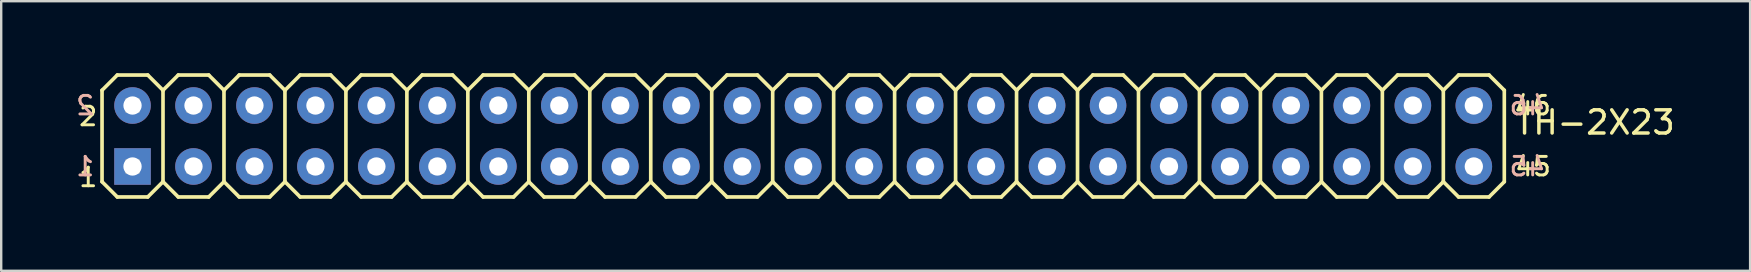
<source format=kicad_pcb>
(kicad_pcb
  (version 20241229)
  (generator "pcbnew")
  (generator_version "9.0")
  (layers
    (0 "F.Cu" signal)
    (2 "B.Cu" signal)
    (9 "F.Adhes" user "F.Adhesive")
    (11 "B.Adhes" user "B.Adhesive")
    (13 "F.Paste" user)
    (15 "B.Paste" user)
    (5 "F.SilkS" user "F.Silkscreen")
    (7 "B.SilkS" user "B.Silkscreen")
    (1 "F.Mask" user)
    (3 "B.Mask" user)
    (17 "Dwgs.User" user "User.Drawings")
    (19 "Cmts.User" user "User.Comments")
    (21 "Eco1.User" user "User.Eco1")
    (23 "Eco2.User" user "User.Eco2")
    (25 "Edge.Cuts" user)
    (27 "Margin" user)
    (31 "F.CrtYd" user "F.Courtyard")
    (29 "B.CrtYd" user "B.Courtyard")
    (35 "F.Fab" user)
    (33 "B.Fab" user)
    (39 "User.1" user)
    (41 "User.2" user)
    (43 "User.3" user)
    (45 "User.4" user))
  (footprint "TH-2X23"
    (layer "F.Cu")
    (at 30.411 2.616)
    (property "Reference" "TH-2X23" (at 29.591 0 0) (layer "F.SilkS") (effects (font (size 0.965 0.965) (thickness 0.145)) (justify left bottom)))
    (attr through_hole)
    (fp_line (start -29.21 -1.905) (end -28.575 -2.54) (stroke (width 0.152) (type solid)) (layer "F.SilkS"))
    (fp_line (start -29.21 1.905) (end -29.21 -1.905) (stroke (width 0.152) (type solid)) (layer "F.SilkS"))
    (fp_line (start -29.21 1.905) (end -28.575 2.54) (stroke (width 0.152) (type solid)) (layer "F.SilkS"))
    (fp_line (start -28.575 -2.54) (end -27.305 -2.54) (stroke (width 0.152) (type solid)) (layer "F.SilkS"))
    (fp_line (start -28.575 2.54) (end -27.305 2.54) (stroke (width 0.152) (type solid)) (layer "F.SilkS"))
    (fp_line (start -27.305 -2.54) (end -26.67 -1.905) (stroke (width 0.152) (type solid)) (layer "F.SilkS"))
    (fp_line (start -27.305 2.54) (end -26.67 1.905) (stroke (width 0.152) (type solid)) (layer "F.SilkS"))
    (fp_line (start -26.67 -1.905) (end -26.67 1.905) (stroke (width 0.152) (type solid)) (layer "F.SilkS"))
    (fp_line (start -26.67 -1.905) (end -26.035 -2.54) (stroke (width 0.152) (type solid)) (layer "F.SilkS"))
    (fp_line (start -26.67 1.905) (end -26.035 2.54) (stroke (width 0.152) (type solid)) (layer "F.SilkS"))
    (fp_line (start -26.035 -2.54) (end -24.765 -2.54) (stroke (width 0.152) (type solid)) (layer "F.SilkS"))
    (fp_line (start -26.035 2.54) (end -24.765 2.54) (stroke (width 0.152) (type solid)) (layer "F.SilkS"))
    (fp_line (start -24.765 -2.54) (end -24.13 -1.905) (stroke (width 0.152) (type solid)) (layer "F.SilkS"))
    (fp_line (start -24.765 2.54) (end -24.13 1.905) (stroke (width 0.152) (type solid)) (layer "F.SilkS"))
    (fp_line (start -24.13 -1.905) (end -24.13 1.905) (stroke (width 0.152) (type solid)) (layer "F.SilkS"))
    (fp_line (start -24.13 -1.905) (end -23.495 -2.54) (stroke (width 0.152) (type solid)) (layer "F.SilkS"))
    (fp_line (start -24.13 1.905) (end -23.495 2.54) (stroke (width 0.152) (type solid)) (layer "F.SilkS"))
    (fp_line (start -23.495 -2.54) (end -22.225 -2.54) (stroke (width 0.152) (type solid)) (layer "F.SilkS"))
    (fp_line (start -23.495 2.54) (end -22.225 2.54) (stroke (width 0.152) (type solid)) (layer "F.SilkS"))
    (fp_line (start -22.225 -2.54) (end -21.59 -1.905) (stroke (width 0.152) (type solid)) (layer "F.SilkS"))
    (fp_line (start -22.225 2.54) (end -21.59 1.905) (stroke (width 0.152) (type solid)) (layer "F.SilkS"))
    (fp_line (start -21.59 -1.905) (end -21.59 1.905) (stroke (width 0.152) (type solid)) (layer "F.SilkS"))
    (fp_line (start -21.59 -1.905) (end -20.955 -2.54) (stroke (width 0.152) (type solid)) (layer "F.SilkS"))
    (fp_line (start -21.59 1.905) (end -20.955 2.54) (stroke (width 0.152) (type solid)) (layer "F.SilkS"))
    (fp_line (start -20.955 -2.54) (end -19.685 -2.54) (stroke (width 0.152) (type solid)) (layer "F.SilkS"))
    (fp_line (start -20.955 2.54) (end -19.685 2.54) (stroke (width 0.152) (type solid)) (layer "F.SilkS"))
    (fp_line (start -19.685 -2.54) (end -19.05 -1.905) (stroke (width 0.152) (type solid)) (layer "F.SilkS"))
    (fp_line (start -19.685 2.54) (end -19.05 1.905) (stroke (width 0.152) (type solid)) (layer "F.SilkS"))
    (fp_line (start -19.05 -1.905) (end -19.05 1.905) (stroke (width 0.152) (type solid)) (layer "F.SilkS"))
    (fp_line (start -19.05 -1.905) (end -18.415 -2.54) (stroke (width 0.152) (type solid)) (layer "F.SilkS"))
    (fp_line (start -19.05 1.905) (end -18.415 2.54) (stroke (width 0.152) (type solid)) (layer "F.SilkS"))
    (fp_line (start -18.415 -2.54) (end -17.145 -2.54) (stroke (width 0.152) (type solid)) (layer "F.SilkS"))
    (fp_line (start -18.415 2.54) (end -17.145 2.54) (stroke (width 0.152) (type solid)) (layer "F.SilkS"))
    (fp_line (start -17.145 -2.54) (end -16.51 -1.905) (stroke (width 0.152) (type solid)) (layer "F.SilkS"))
    (fp_line (start -17.145 2.54) (end -16.51 1.905) (stroke (width 0.152) (type solid)) (layer "F.SilkS"))
    (fp_line (start -16.51 -1.905) (end -16.51 1.905) (stroke (width 0.152) (type solid)) (layer "F.SilkS"))
    (fp_line (start -16.51 -1.905) (end -15.875 -2.54) (stroke (width 0.152) (type solid)) (layer "F.SilkS"))
    (fp_line (start -16.51 1.905) (end -15.875 2.54) (stroke (width 0.152) (type solid)) (layer "F.SilkS"))
    (fp_line (start -15.875 -2.54) (end -14.605 -2.54) (stroke (width 0.152) (type solid)) (layer "F.SilkS"))
    (fp_line (start -15.875 2.54) (end -14.605 2.54) (stroke (width 0.152) (type solid)) (layer "F.SilkS"))
    (fp_line (start -14.605 -2.54) (end -13.97 -1.905) (stroke (width 0.152) (type solid)) (layer "F.SilkS"))
    (fp_line (start -14.605 2.54) (end -13.97 1.905) (stroke (width 0.152) (type solid)) (layer "F.SilkS"))
    (fp_line (start -13.97 -1.905) (end -13.97 1.905) (stroke (width 0.152) (type solid)) (layer "F.SilkS"))
    (fp_line (start -13.97 -1.905) (end -13.335 -2.54) (stroke (width 0.152) (type solid)) (layer "F.SilkS"))
    (fp_line (start -13.97 1.905) (end -13.335 2.54) (stroke (width 0.152) (type solid)) (layer "F.SilkS"))
    (fp_line (start -13.335 -2.54) (end -12.065 -2.54) (stroke (width 0.152) (type solid)) (layer "F.SilkS"))
    (fp_line (start -12.065 -2.54) (end -11.43 -1.905) (stroke (width 0.152) (type solid)) (layer "F.SilkS"))
    (fp_line (start -12.065 2.54) (end -13.335 2.54) (stroke (width 0.152) (type solid)) (layer "F.SilkS"))
    (fp_line (start -11.43 -1.905) (end -11.43 1.905) (stroke (width 0.152) (type solid)) (layer "F.SilkS"))
    (fp_line (start -11.43 -1.905) (end -10.795 -2.54) (stroke (width 0.152) (type solid)) (layer "F.SilkS"))
    (fp_line (start -11.43 1.905) (end -12.065 2.54) (stroke (width 0.152) (type solid)) (layer "F.SilkS"))
    (fp_line (start -11.43 1.905) (end -10.795 2.54) (stroke (width 0.152) (type solid)) (layer "F.SilkS"))
    (fp_line (start -10.795 -2.54) (end -9.525 -2.54) (stroke (width 0.152) (type solid)) (layer "F.SilkS"))
    (fp_line (start -9.525 -2.54) (end -8.89 -1.905) (stroke (width 0.152) (type solid)) (layer "F.SilkS"))
    (fp_line (start -9.525 2.54) (end -10.795 2.54) (stroke (width 0.152) (type solid)) (layer "F.SilkS"))
    (fp_line (start -8.89 -1.905) (end -8.89 1.905) (stroke (width 0.152) (type solid)) (layer "F.SilkS"))
    (fp_line (start -8.89 -1.905) (end -8.255 -2.54) (stroke (width 0.152) (type solid)) (layer "F.SilkS"))
    (fp_line (start -8.89 1.905) (end -9.525 2.54) (stroke (width 0.152) (type solid)) (layer "F.SilkS"))
    (fp_line (start -8.89 1.905) (end -8.255 2.54) (stroke (width 0.152) (type solid)) (layer "F.SilkS"))
    (fp_line (start -8.255 -2.54) (end -6.985 -2.54) (stroke (width 0.152) (type solid)) (layer "F.SilkS"))
    (fp_line (start -6.985 -2.54) (end -6.35 -1.905) (stroke (width 0.152) (type solid)) (layer "F.SilkS"))
    (fp_line (start -6.985 2.54) (end -8.255 2.54) (stroke (width 0.152) (type solid)) (layer "F.SilkS"))
    (fp_line (start -6.35 -1.905) (end -6.35 1.905) (stroke (width 0.152) (type solid)) (layer "F.SilkS"))
    (fp_line (start -6.35 -1.905) (end -5.715 -2.54) (stroke (width 0.152) (type solid)) (layer "F.SilkS"))
    (fp_line (start -6.35 1.905) (end -6.985 2.54) (stroke (width 0.152) (type solid)) (layer "F.SilkS"))
    (fp_line (start -6.35 1.905) (end -5.715 2.54) (stroke (width 0.152) (type solid)) (layer "F.SilkS"))
    (fp_line (start -5.715 -2.54) (end -4.445 -2.54) (stroke (width 0.152) (type solid)) (layer "F.SilkS"))
    (fp_line (start -4.445 -2.54) (end -3.81 -1.905) (stroke (width 0.152) (type solid)) (layer "F.SilkS"))
    (fp_line (start -4.445 2.54) (end -5.715 2.54) (stroke (width 0.152) (type solid)) (layer "F.SilkS"))
    (fp_line (start -3.81 -1.905) (end -3.81 1.905) (stroke (width 0.152) (type solid)) (layer "F.SilkS"))
    (fp_line (start -3.81 -1.905) (end -3.175 -2.54) (stroke (width 0.152) (type solid)) (layer "F.SilkS"))
    (fp_line (start -3.81 1.905) (end -4.445 2.54) (stroke (width 0.152) (type solid)) (layer "F.SilkS"))
    (fp_line (start -3.81 1.905) (end -3.175 2.54) (stroke (width 0.152) (type solid)) (layer "F.SilkS"))
    (fp_line (start -3.175 -2.54) (end -1.905 -2.54) (stroke (width 0.152) (type solid)) (layer "F.SilkS"))
    (fp_line (start -1.905 -2.54) (end -1.27 -1.905) (stroke (width 0.152) (type solid)) (layer "F.SilkS"))
    (fp_line (start -1.905 2.54) (end -3.175 2.54) (stroke (width 0.152) (type solid)) (layer "F.SilkS"))
    (fp_line (start -1.27 -1.905) (end -1.27 1.905) (stroke (width 0.152) (type solid)) (layer "F.SilkS"))
    (fp_line (start -1.27 -1.905) (end -0.635 -2.54) (stroke (width 0.152) (type solid)) (layer "F.SilkS"))
    (fp_line (start -1.27 1.905) (end -1.905 2.54) (stroke (width 0.152) (type solid)) (layer "F.SilkS"))
    (fp_line (start -1.27 1.905) (end -0.635 2.54) (stroke (width 0.152) (type solid)) (layer "F.SilkS"))
    (fp_line (start -0.635 -2.54) (end 0.635 -2.54) (stroke (width 0.152) (type solid)) (layer "F.SilkS"))
    (fp_line (start 0.635 2.54) (end -0.635 2.54) (stroke (width 0.152) (type solid)) (layer "F.SilkS"))
    (fp_line (start 1.27 -1.905) (end 0.635 -2.54) (stroke (width 0.152) (type solid)) (layer "F.SilkS"))
    (fp_line (start 1.27 -1.905) (end 1.27 1.905) (stroke (width 0.152) (type solid)) (layer "F.SilkS"))
    (fp_line (start 1.27 -1.905) (end 1.905 -2.54) (stroke (width 0.152) (type solid)) (layer "F.SilkS"))
    (fp_line (start 1.27 1.905) (end 0.635 2.54) (stroke (width 0.152) (type solid)) (layer "F.SilkS"))
    (fp_line (start 1.27 1.905) (end 1.905 2.54) (stroke (width 0.152) (type solid)) (layer "F.SilkS"))
    (fp_line (start 3.175 -2.54) (end 1.905 -2.54) (stroke (width 0.152) (type solid)) (layer "F.SilkS"))
    (fp_line (start 3.175 -2.54) (end 3.81 -1.905) (stroke (width 0.152) (type solid)) (layer "F.SilkS"))
    (fp_line (start 3.175 2.54) (end 1.905 2.54) (stroke (width 0.152) (type solid)) (layer "F.SilkS"))
    (fp_line (start 3.81 -1.905) (end 3.81 1.905) (stroke (width 0.152) (type solid)) (layer "F.SilkS"))
    (fp_line (start 3.81 -1.905) (end 4.445 -2.54) (stroke (width 0.152) (type solid)) (layer "F.SilkS"))
    (fp_line (start 3.81 1.905) (end 3.175 2.54) (stroke (width 0.152) (type solid)) (layer "F.SilkS"))
    (fp_line (start 3.81 1.905) (end 4.445 2.54) (stroke (width 0.152) (type solid)) (layer "F.SilkS"))
    (fp_line (start 5.715 -2.54) (end 4.445 -2.54) (stroke (width 0.152) (type solid)) (layer "F.SilkS"))
    (fp_line (start 5.715 -2.54) (end 6.35 -1.905) (stroke (width 0.152) (type solid)) (layer "F.SilkS"))
    (fp_line (start 5.715 2.54) (end 4.445 2.54) (stroke (width 0.152) (type solid)) (layer "F.SilkS"))
    (fp_line (start 6.35 -1.905) (end 6.35 1.905) (stroke (width 0.152) (type solid)) (layer "F.SilkS"))
    (fp_line (start 6.35 -1.905) (end 6.985 -2.54) (stroke (width 0.152) (type solid)) (layer "F.SilkS"))
    (fp_line (start 6.35 1.905) (end 5.715 2.54) (stroke (width 0.152) (type solid)) (layer "F.SilkS"))
    (fp_line (start 6.985 2.54) (end 6.35 1.905) (stroke (width 0.152) (type solid)) (layer "F.SilkS"))
    (fp_line (start 6.985 2.54) (end 8.255 2.54) (stroke (width 0.152) (type solid)) (layer "F.SilkS"))
    (fp_line (start 8.255 -2.54) (end 6.985 -2.54) (stroke (width 0.152) (type solid)) (layer "F.SilkS"))
    (fp_line (start 8.255 -2.54) (end 8.89 -1.905) (stroke (width 0.152) (type solid)) (layer "F.SilkS"))
    (fp_line (start 8.89 -1.905) (end 8.89 1.905) (stroke (width 0.152) (type solid)) (layer "F.SilkS"))
    (fp_line (start 8.89 -1.905) (end 9.525 -2.54) (stroke (width 0.152) (type solid)) (layer "F.SilkS"))
    (fp_line (start 8.89 1.905) (end 8.255 2.54) (stroke (width 0.152) (type solid)) (layer "F.SilkS"))
    (fp_line (start 9.525 2.54) (end 8.89 1.905) (stroke (width 0.152) (type solid)) (layer "F.SilkS"))
    (fp_line (start 9.525 2.54) (end 10.795 2.54) (stroke (width 0.152) (type solid)) (layer "F.SilkS"))
    (fp_line (start 10.795 -2.54) (end 9.525 -2.54) (stroke (width 0.152) (type solid)) (layer "F.SilkS"))
    (fp_line (start 10.795 -2.54) (end 11.43 -1.905) (stroke (width 0.152) (type solid)) (layer "F.SilkS"))
    (fp_line (start 11.43 -1.905) (end 11.43 1.905) (stroke (width 0.152) (type solid)) (layer "F.SilkS"))
    (fp_line (start 11.43 -1.905) (end 12.065 -2.54) (stroke (width 0.152) (type solid)) (layer "F.SilkS"))
    (fp_line (start 11.43 1.905) (end 10.795 2.54) (stroke (width 0.152) (type solid)) (layer "F.SilkS"))
    (fp_line (start 11.43 1.905) (end 12.065 2.54) (stroke (width 0.152) (type solid)) (layer "F.SilkS"))
    (fp_line (start 13.335 -2.54) (end 12.065 -2.54) (stroke (width 0.152) (type solid)) (layer "F.SilkS"))
    (fp_line (start 13.335 -2.54) (end 13.97 -1.905) (stroke (width 0.152) (type solid)) (layer "F.SilkS"))
    (fp_line (start 13.335 2.54) (end 12.065 2.54) (stroke (width 0.152) (type solid)) (layer "F.SilkS"))
    (fp_line (start 13.97 -1.905) (end 13.97 1.905) (stroke (width 0.152) (type solid)) (layer "F.SilkS"))
    (fp_line (start 13.97 -1.905) (end 14.605 -2.54) (stroke (width 0.152) (type solid)) (layer "F.SilkS"))
    (fp_line (start 13.97 1.905) (end 13.335 2.54) (stroke (width 0.152) (type solid)) (layer "F.SilkS"))
    (fp_line (start 13.97 1.905) (end 14.605 2.54) (stroke (width 0.152) (type solid)) (layer "F.SilkS"))
    (fp_line (start 15.875 -2.54) (end 14.605 -2.54) (stroke (width 0.152) (type solid)) (layer "F.SilkS"))
    (fp_line (start 15.875 -2.54) (end 16.51 -1.905) (stroke (width 0.152) (type solid)) (layer "F.SilkS"))
    (fp_line (start 15.875 2.54) (end 14.605 2.54) (stroke (width 0.152) (type solid)) (layer "F.SilkS"))
    (fp_line (start 16.51 -1.905) (end 16.51 1.905) (stroke (width 0.152) (type solid)) (layer "F.SilkS"))
    (fp_line (start 16.51 -1.905) (end 17.145 -2.54) (stroke (width 0.152) (type solid)) (layer "F.SilkS"))
    (fp_line (start 16.51 1.905) (end 15.875 2.54) (stroke (width 0.152) (type solid)) (layer "F.SilkS"))
    (fp_line (start 16.51 1.905) (end 17.145 2.54) (stroke (width 0.152) (type solid)) (layer "F.SilkS"))
    (fp_line (start 18.415 -2.54) (end 17.145 -2.54) (stroke (width 0.152) (type solid)) (layer "F.SilkS"))
    (fp_line (start 18.415 -2.54) (end 19.05 -1.905) (stroke (width 0.152) (type solid)) (layer "F.SilkS"))
    (fp_line (start 18.415 2.54) (end 17.145 2.54) (stroke (width 0.152) (type solid)) (layer "F.SilkS"))
    (fp_line (start 19.05 -1.905) (end 19.05 1.905) (stroke (width 0.152) (type solid)) (layer "F.SilkS"))
    (fp_line (start 19.05 -1.905) (end 19.685 -2.54) (stroke (width 0.152) (type solid)) (layer "F.SilkS"))
    (fp_line (start 19.05 1.905) (end 18.415 2.54) (stroke (width 0.152) (type solid)) (layer "F.SilkS"))
    (fp_line (start 19.05 1.905) (end 19.685 2.54) (stroke (width 0.152) (type solid)) (layer "F.SilkS"))
    (fp_line (start 20.955 -2.54) (end 19.685 -2.54) (stroke (width 0.152) (type solid)) (layer "F.SilkS"))
    (fp_line (start 20.955 -2.54) (end 21.59 -1.905) (stroke (width 0.152) (type solid)) (layer "F.SilkS"))
    (fp_line (start 20.955 2.54) (end 19.685 2.54) (stroke (width 0.152) (type solid)) (layer "F.SilkS"))
    (fp_line (start 21.59 -1.905) (end 21.59 1.905) (stroke (width 0.152) (type solid)) (layer "F.SilkS"))
    (fp_line (start 21.59 -1.905) (end 22.225 -2.54) (stroke (width 0.152) (type solid)) (layer "F.SilkS"))
    (fp_line (start 21.59 1.905) (end 20.955 2.54) (stroke (width 0.152) (type solid)) (layer "F.SilkS"))
    (fp_line (start 21.59 1.905) (end 22.225 2.54) (stroke (width 0.152) (type solid)) (layer "F.SilkS"))
    (fp_line (start 23.495 -2.54) (end 22.225 -2.54) (stroke (width 0.152) (type solid)) (layer "F.SilkS"))
    (fp_line (start 23.495 -2.54) (end 24.13 -1.905) (stroke (width 0.152) (type solid)) (layer "F.SilkS"))
    (fp_line (start 23.495 2.54) (end 22.225 2.54) (stroke (width 0.152) (type solid)) (layer "F.SilkS"))
    (fp_line (start 24.13 -1.905) (end 24.13 1.905) (stroke (width 0.152) (type solid)) (layer "F.SilkS"))
    (fp_line (start 24.13 -1.905) (end 24.765 -2.54) (stroke (width 0.152) (type solid)) (layer "F.SilkS"))
    (fp_line (start 24.13 1.905) (end 23.495 2.54) (stroke (width 0.152) (type solid)) (layer "F.SilkS"))
    (fp_line (start 24.13 1.905) (end 24.765 2.54) (stroke (width 0.152) (type solid)) (layer "F.SilkS"))
    (fp_line (start 26.035 -2.54) (end 24.765 -2.54) (stroke (width 0.152) (type solid)) (layer "F.SilkS"))
    (fp_line (start 26.035 -2.54) (end 26.67 -1.905) (stroke (width 0.152) (type solid)) (layer "F.SilkS"))
    (fp_line (start 26.035 2.54) (end 24.765 2.54) (stroke (width 0.152) (type solid)) (layer "F.SilkS"))
    (fp_line (start 26.67 -1.905) (end 26.67 1.905) (stroke (width 0.152) (type solid)) (layer "F.SilkS"))
    (fp_line (start 26.67 -1.905) (end 27.305 -2.54) (stroke (width 0.152) (type solid)) (layer "F.SilkS"))
    (fp_line (start 26.67 1.905) (end 26.035 2.54) (stroke (width 0.152) (type solid)) (layer "F.SilkS"))
    (fp_line (start 26.67 1.905) (end 27.305 2.54) (stroke (width 0.152) (type solid)) (layer "F.SilkS"))
    (fp_line (start 28.575 -2.54) (end 27.305 -2.54) (stroke (width 0.152) (type solid)) (layer "F.SilkS"))
    (fp_line (start 28.575 -2.54) (end 29.21 -1.905) (stroke (width 0.152) (type solid)) (layer "F.SilkS"))
    (fp_line (start 28.575 2.54) (end 27.305 2.54) (stroke (width 0.152) (type solid)) (layer "F.SilkS"))
    (fp_line (start 29.21 -1.905) (end 29.21 1.905) (stroke (width 0.152) (type solid)) (layer "F.SilkS"))
    (fp_line (start 29.21 1.905) (end 28.575 2.54) (stroke (width 0.152) (type solid)) (layer "F.SilkS"))
    (fp_poly (pts (xy -28.194 -1.016) (xy -27.686 -1.016) (xy -27.686 -1.524) (xy -28.194 -1.524)) (stroke (width 0.1) (type solid)) (fill no) (layer "F.Fab"))
    (fp_poly (pts (xy -28.194 1.524) (xy -27.686 1.524) (xy -27.686 1.016) (xy -28.194 1.016)) (stroke (width 0.1) (type solid)) (fill no) (layer "F.Fab"))
    (fp_poly (pts (xy -25.654 -1.016) (xy -25.146 -1.016) (xy -25.146 -1.524) (xy -25.654 -1.524)) (stroke (width 0.1) (type solid)) (fill no) (layer "F.Fab"))
    (fp_poly (pts (xy -25.654 1.524) (xy -25.146 1.524) (xy -25.146 1.016) (xy -25.654 1.016)) (stroke (width 0.1) (type solid)) (fill no) (layer "F.Fab"))
    (fp_poly (pts (xy -23.114 -1.016) (xy -22.606 -1.016) (xy -22.606 -1.524) (xy -23.114 -1.524)) (stroke (width 0.1) (type solid)) (fill no) (layer "F.Fab"))
    (fp_poly (pts (xy -23.114 1.524) (xy -22.606 1.524) (xy -22.606 1.016) (xy -23.114 1.016)) (stroke (width 0.1) (type solid)) (fill no) (layer "F.Fab"))
    (fp_poly (pts (xy -20.574 -1.016) (xy -20.066 -1.016) (xy -20.066 -1.524) (xy -20.574 -1.524)) (stroke (width 0.1) (type solid)) (fill no) (layer "F.Fab"))
    (fp_poly (pts (xy -20.574 1.524) (xy -20.066 1.524) (xy -20.066 1.016) (xy -20.574 1.016)) (stroke (width 0.1) (type solid)) (fill no) (layer "F.Fab"))
    (fp_poly (pts (xy -18.034 -1.016) (xy -17.526 -1.016) (xy -17.526 -1.524) (xy -18.034 -1.524)) (stroke (width 0.1) (type solid)) (fill no) (layer "F.Fab"))
    (fp_poly (pts (xy -18.034 1.524) (xy -17.526 1.524) (xy -17.526 1.016) (xy -18.034 1.016)) (stroke (width 0.1) (type solid)) (fill no) (layer "F.Fab"))
    (fp_poly (pts (xy -15.494 -1.016) (xy -14.986 -1.016) (xy -14.986 -1.524) (xy -15.494 -1.524)) (stroke (width 0.1) (type solid)) (fill no) (layer "F.Fab"))
    (fp_poly (pts (xy -15.494 1.524) (xy -14.986 1.524) (xy -14.986 1.016) (xy -15.494 1.016)) (stroke (width 0.1) (type solid)) (fill no) (layer "F.Fab"))
    (fp_poly (pts (xy -12.954 -1.016) (xy -12.446 -1.016) (xy -12.446 -1.524) (xy -12.954 -1.524)) (stroke (width 0.1) (type solid)) (fill no) (layer "F.Fab"))
    (fp_poly (pts (xy -12.954 1.524) (xy -12.446 1.524) (xy -12.446 1.016) (xy -12.954 1.016)) (stroke (width 0.1) (type solid)) (fill no) (layer "F.Fab"))
    (fp_poly (pts (xy -10.414 -1.016) (xy -9.906 -1.016) (xy -9.906 -1.524) (xy -10.414 -1.524)) (stroke (width 0.1) (type solid)) (fill no) (layer "F.Fab"))
    (fp_poly (pts (xy -10.414 1.524) (xy -9.906 1.524) (xy -9.906 1.016) (xy -10.414 1.016)) (stroke (width 0.1) (type solid)) (fill no) (layer "F.Fab"))
    (fp_poly (pts (xy -7.874 -1.016) (xy -7.366 -1.016) (xy -7.366 -1.524) (xy -7.874 -1.524)) (stroke (width 0.1) (type solid)) (fill no) (layer "F.Fab"))
    (fp_poly (pts (xy -7.874 1.524) (xy -7.366 1.524) (xy -7.366 1.016) (xy -7.874 1.016)) (stroke (width 0.1) (type solid)) (fill no) (layer "F.Fab"))
    (fp_poly (pts (xy -5.334 -1.016) (xy -4.826 -1.016) (xy -4.826 -1.524) (xy -5.334 -1.524)) (stroke (width 0.1) (type solid)) (fill no) (layer "F.Fab"))
    (fp_poly (pts (xy -5.334 1.524) (xy -4.826 1.524) (xy -4.826 1.016) (xy -5.334 1.016)) (stroke (width 0.1) (type solid)) (fill no) (layer "F.Fab"))
    (fp_poly (pts (xy -2.794 -1.016) (xy -2.286 -1.016) (xy -2.286 -1.524) (xy -2.794 -1.524)) (stroke (width 0.1) (type solid)) (fill no) (layer "F.Fab"))
    (fp_poly (pts (xy -2.794 1.524) (xy -2.286 1.524) (xy -2.286 1.016) (xy -2.794 1.016)) (stroke (width 0.1) (type solid)) (fill no) (layer "F.Fab"))
    (fp_poly (pts (xy -0.254 -1.016) (xy 0.254 -1.016) (xy 0.254 -1.524) (xy -0.254 -1.524)) (stroke (width 0.1) (type solid)) (fill no) (layer "F.Fab"))
    (fp_poly (pts (xy -0.254 1.524) (xy 0.254 1.524) (xy 0.254 1.016) (xy -0.254 1.016)) (stroke (width 0.1) (type solid)) (fill no) (layer "F.Fab"))
    (fp_poly (pts (xy 2.286 -1.016) (xy 2.794 -1.016) (xy 2.794 -1.524) (xy 2.286 -1.524)) (stroke (width 0.1) (type solid)) (fill no) (layer "F.Fab"))
    (fp_poly (pts (xy 2.286 1.524) (xy 2.794 1.524) (xy 2.794 1.016) (xy 2.286 1.016)) (stroke (width 0.1) (type solid)) (fill no) (layer "F.Fab"))
    (fp_poly (pts (xy 4.826 -1.016) (xy 5.334 -1.016) (xy 5.334 -1.524) (xy 4.826 -1.524)) (stroke (width 0.1) (type solid)) (fill no) (layer "F.Fab"))
    (fp_poly (pts (xy 4.826 1.524) (xy 5.334 1.524) (xy 5.334 1.016) (xy 4.826 1.016)) (stroke (width 0.1) (type solid)) (fill no) (layer "F.Fab"))
    (fp_poly (pts (xy 7.366 -1.016) (xy 7.874 -1.016) (xy 7.874 -1.524) (xy 7.366 -1.524)) (stroke (width 0.1) (type solid)) (fill no) (layer "F.Fab"))
    (fp_poly (pts (xy 7.366 1.524) (xy 7.874 1.524) (xy 7.874 1.016) (xy 7.366 1.016)) (stroke (width 0.1) (type solid)) (fill no) (layer "F.Fab"))
    (fp_poly (pts (xy 9.906 -1.016) (xy 10.414 -1.016) (xy 10.414 -1.524) (xy 9.906 -1.524)) (stroke (width 0.1) (type solid)) (fill no) (layer "F.Fab"))
    (fp_poly (pts (xy 9.906 1.524) (xy 10.414 1.524) (xy 10.414 1.016) (xy 9.906 1.016)) (stroke (width 0.1) (type solid)) (fill no) (layer "F.Fab"))
    (fp_poly (pts (xy 12.446 -1.016) (xy 12.954 -1.016) (xy 12.954 -1.524) (xy 12.446 -1.524)) (stroke (width 0.1) (type solid)) (fill no) (layer "F.Fab"))
    (fp_poly (pts (xy 12.446 1.524) (xy 12.954 1.524) (xy 12.954 1.016) (xy 12.446 1.016)) (stroke (width 0.1) (type solid)) (fill no) (layer "F.Fab"))
    (fp_poly (pts (xy 14.986 -1.016) (xy 15.494 -1.016) (xy 15.494 -1.524) (xy 14.986 -1.524)) (stroke (width 0.1) (type solid)) (fill no) (layer "F.Fab"))
    (fp_poly (pts (xy 14.986 1.524) (xy 15.494 1.524) (xy 15.494 1.016) (xy 14.986 1.016)) (stroke (width 0.1) (type solid)) (fill no) (layer "F.Fab"))
    (fp_poly (pts (xy 17.526 -1.016) (xy 18.034 -1.016) (xy 18.034 -1.524) (xy 17.526 -1.524)) (stroke (width 0.1) (type solid)) (fill no) (layer "F.Fab"))
    (fp_poly (pts (xy 17.526 1.524) (xy 18.034 1.524) (xy 18.034 1.016) (xy 17.526 1.016)) (stroke (width 0.1) (type solid)) (fill no) (layer "F.Fab"))
    (fp_poly (pts (xy 20.066 -1.016) (xy 20.574 -1.016) (xy 20.574 -1.524) (xy 20.066 -1.524)) (stroke (width 0.1) (type solid)) (fill no) (layer "F.Fab"))
    (fp_poly (pts (xy 20.066 1.524) (xy 20.574 1.524) (xy 20.574 1.016) (xy 20.066 1.016)) (stroke (width 0.1) (type solid)) (fill no) (layer "F.Fab"))
    (fp_poly (pts (xy 22.606 -1.016) (xy 23.114 -1.016) (xy 23.114 -1.524) (xy 22.606 -1.524)) (stroke (width 0.1) (type solid)) (fill no) (layer "F.Fab"))
    (fp_poly (pts (xy 22.606 1.524) (xy 23.114 1.524) (xy 23.114 1.016) (xy 22.606 1.016)) (stroke (width 0.1) (type solid)) (fill no) (layer "F.Fab"))
    (fp_poly (pts (xy 25.146 -1.016) (xy 25.654 -1.016) (xy 25.654 -1.524) (xy 25.146 -1.524)) (stroke (width 0.1) (type solid)) (fill no) (layer "F.Fab"))
    (fp_poly (pts (xy 25.146 1.524) (xy 25.654 1.524) (xy 25.654 1.016) (xy 25.146 1.016)) (stroke (width 0.1) (type solid)) (fill no) (layer "F.Fab"))
    (fp_poly (pts (xy 27.686 -1.016) (xy 28.194 -1.016) (xy 28.194 -1.524) (xy 27.686 -1.524)) (stroke (width 0.1) (type solid)) (fill no) (layer "F.Fab"))
    (fp_poly (pts (xy 27.686 1.524) (xy 28.194 1.524) (xy 28.194 1.016) (xy 27.686 1.016)) (stroke (width 0.1) (type solid)) (fill no) (layer "F.Fab"))
    (fp_text user "45" (at 29.591 1.27 0) (layer "F.SilkS") (effects (font (size 0.772 0.772) (thickness 0.122)) (justify left)))
    (fp_text user "2" (at -29.337 -1.27 0) (layer "F.SilkS") (effects (font (size 0.772 0.772) (thickness 0.122)) (justify right top)))
    (fp_text user "1" (at -29.337 1.27 0) (layer "F.SilkS") (effects (font (size 0.772 0.772) (thickness 0.122)) (justify right top)))
    (fp_text user "46" (at 29.591 -1.27 0) (layer "F.SilkS") (effects (font (size 0.772 0.772) (thickness 0.122)) (justify left)))
    (fp_text user "1" (at -29.464 1.27 0) (layer "B.SilkS") (effects (font (size 0.772 0.772) (thickness 0.122)) (justify left mirror)))
    (fp_text user "46" (at 30.988 -1.27 0) (layer "B.SilkS") (effects (font (size 0.772 0.772) (thickness 0.122)) (justify left mirror)))
    (fp_text user "2" (at -29.464 -1.27 0) (layer "B.SilkS") (effects (font (size 0.772 0.772) (thickness 0.122)) (justify left mirror)))
    (fp_text user "45" (at 30.988 1.27 0) (layer "B.SilkS") (effects (font (size 0.772 0.772) (thickness 0.122)) (justify left mirror)))
    (pad "1" thru_hole rect (at -27.94 1.27) (size 1.524 1.524) (drill 0.762) (layers "*.Cu" "*.Mask"))
    (pad "2" thru_hole circle (at -27.94 -1.27) (size 1.524 1.524) (drill 0.762) (layers "*.Cu" "*.Mask"))
    (pad "3" thru_hole circle (at -25.4 1.27) (size 1.524 1.524) (drill 0.762) (layers "*.Cu" "*.Mask"))
    (pad "4" thru_hole circle (at -25.4 -1.27) (size 1.524 1.524) (drill 0.762) (layers "*.Cu" "*.Mask"))
    (pad "5" thru_hole circle (at -22.86 1.27) (size 1.524 1.524) (drill 0.762) (layers "*.Cu" "*.Mask"))
    (pad "6" thru_hole circle (at -22.86 -1.27) (size 1.524 1.524) (drill 0.762) (layers "*.Cu" "*.Mask"))
    (pad "7" thru_hole circle (at -20.32 1.27) (size 1.524 1.524) (drill 0.762) (layers "*.Cu" "*.Mask"))
    (pad "8" thru_hole circle (at -20.32 -1.27) (size 1.524 1.524) (drill 0.762) (layers "*.Cu" "*.Mask"))
    (pad "9" thru_hole circle (at -17.78 1.27) (size 1.524 1.524) (drill 0.762) (layers "*.Cu" "*.Mask"))
    (pad "10" thru_hole circle (at -17.78 -1.27) (size 1.524 1.524) (drill 0.762) (layers "*.Cu" "*.Mask"))
    (pad "11" thru_hole circle (at -15.24 1.27) (size 1.524 1.524) (drill 0.762) (layers "*.Cu" "*.Mask"))
    (pad "12" thru_hole circle (at -15.24 -1.27) (size 1.524 1.524) (drill 0.762) (layers "*.Cu" "*.Mask"))
    (pad "13" thru_hole circle (at -12.7 1.27) (size 1.524 1.524) (drill 0.762) (layers "*.Cu" "*.Mask"))
    (pad "14" thru_hole circle (at -12.7 -1.27) (size 1.524 1.524) (drill 0.762) (layers "*.Cu" "*.Mask"))
    (pad "15" thru_hole circle (at -10.16 1.27) (size 1.524 1.524) (drill 0.762) (layers "*.Cu" "*.Mask"))
    (pad "16" thru_hole circle (at -10.16 -1.27) (size 1.524 1.524) (drill 0.762) (layers "*.Cu" "*.Mask"))
    (pad "17" thru_hole circle (at -7.62 1.27) (size 1.524 1.524) (drill 0.762) (layers "*.Cu" "*.Mask"))
    (pad "18" thru_hole circle (at -7.62 -1.27) (size 1.524 1.524) (drill 0.762) (layers "*.Cu" "*.Mask"))
    (pad "19" thru_hole circle (at -5.08 1.27) (size 1.524 1.524) (drill 0.762) (layers "*.Cu" "*.Mask"))
    (pad "20" thru_hole circle (at -5.08 -1.27) (size 1.524 1.524) (drill 0.762) (layers "*.Cu" "*.Mask"))
    (pad "21" thru_hole circle (at -2.54 1.27) (size 1.524 1.524) (drill 0.762) (layers "*.Cu" "*.Mask"))
    (pad "22" thru_hole circle (at -2.54 -1.27) (size 1.524 1.524) (drill 0.762) (layers "*.Cu" "*.Mask"))
    (pad "23" thru_hole circle (at 0 1.27) (size 1.524 1.524) (drill 0.762) (layers "*.Cu" "*.Mask"))
    (pad "24" thru_hole circle (at 0 -1.27) (size 1.524 1.524) (drill 0.762) (layers "*.Cu" "*.Mask"))
    (pad "25" thru_hole circle (at 2.54 1.27) (size 1.524 1.524) (drill 0.762) (layers "*.Cu" "*.Mask"))
    (pad "26" thru_hole circle (at 2.54 -1.27) (size 1.524 1.524) (drill 0.762) (layers "*.Cu" "*.Mask"))
    (pad "27" thru_hole circle (at 5.08 1.27) (size 1.524 1.524) (drill 0.762) (layers "*.Cu" "*.Mask"))
    (pad "28" thru_hole circle (at 5.08 -1.27) (size 1.524 1.524) (drill 0.762) (layers "*.Cu" "*.Mask"))
    (pad "29" thru_hole circle (at 7.62 1.27) (size 1.524 1.524) (drill 0.762) (layers "*.Cu" "*.Mask"))
    (pad "30" thru_hole circle (at 7.62 -1.27) (size 1.524 1.524) (drill 0.762) (layers "*.Cu" "*.Mask"))
    (pad "31" thru_hole circle (at 10.16 1.27) (size 1.524 1.524) (drill 0.762) (layers "*.Cu" "*.Mask"))
    (pad "32" thru_hole circle (at 10.16 -1.27) (size 1.524 1.524) (drill 0.762) (layers "*.Cu" "*.Mask"))
    (pad "33" thru_hole circle (at 12.7 1.27) (size 1.524 1.524) (drill 0.762) (layers "*.Cu" "*.Mask"))
    (pad "34" thru_hole circle (at 12.7 -1.27) (size 1.524 1.524) (drill 0.762) (layers "*.Cu" "*.Mask"))
    (pad "35" thru_hole circle (at 15.24 1.27) (size 1.524 1.524) (drill 0.762) (layers "*.Cu" "*.Mask"))
    (pad "36" thru_hole circle (at 15.24 -1.27) (size 1.524 1.524) (drill 0.762) (layers "*.Cu" "*.Mask"))
    (pad "37" thru_hole circle (at 17.78 1.27) (size 1.524 1.524) (drill 0.762) (layers "*.Cu" "*.Mask"))
    (pad "38" thru_hole circle (at 17.78 -1.27) (size 1.524 1.524) (drill 0.762) (layers "*.Cu" "*.Mask"))
    (pad "39" thru_hole circle (at 20.32 1.27) (size 1.524 1.524) (drill 0.762) (layers "*.Cu" "*.Mask"))
    (pad "40" thru_hole circle (at 20.32 -1.27) (size 1.524 1.524) (drill 0.762) (layers "*.Cu" "*.Mask"))
    (pad "41" thru_hole circle (at 22.86 1.27) (size 1.524 1.524) (drill 0.762) (layers "*.Cu" "*.Mask"))
    (pad "42" thru_hole circle (at 22.86 -1.27) (size 1.524 1.524) (drill 0.762) (layers "*.Cu" "*.Mask"))
    (pad "43" thru_hole circle (at 25.4 1.27) (size 1.524 1.524) (drill 0.762) (layers "*.Cu" "*.Mask"))
    (pad "44" thru_hole circle (at 25.4 -1.27) (size 1.524 1.524) (drill 0.762) (layers "*.Cu" "*.Mask"))
    (pad "45" thru_hole circle (at 27.94 1.27) (size 1.524 1.524) (drill 0.762) (layers "*.Cu" "*.Mask"))
    (pad "46" thru_hole circle (at 27.94 -1.27) (size 1.524 1.524) (drill 0.762) (layers "*.Cu" "*.Mask")))
  (gr_rect
    (start -3 -3)
    (end 69.862 8.232)
    (stroke (width 0.1) (type default))
    (fill no)
    (layer "Edge.Cuts")))
</source>
